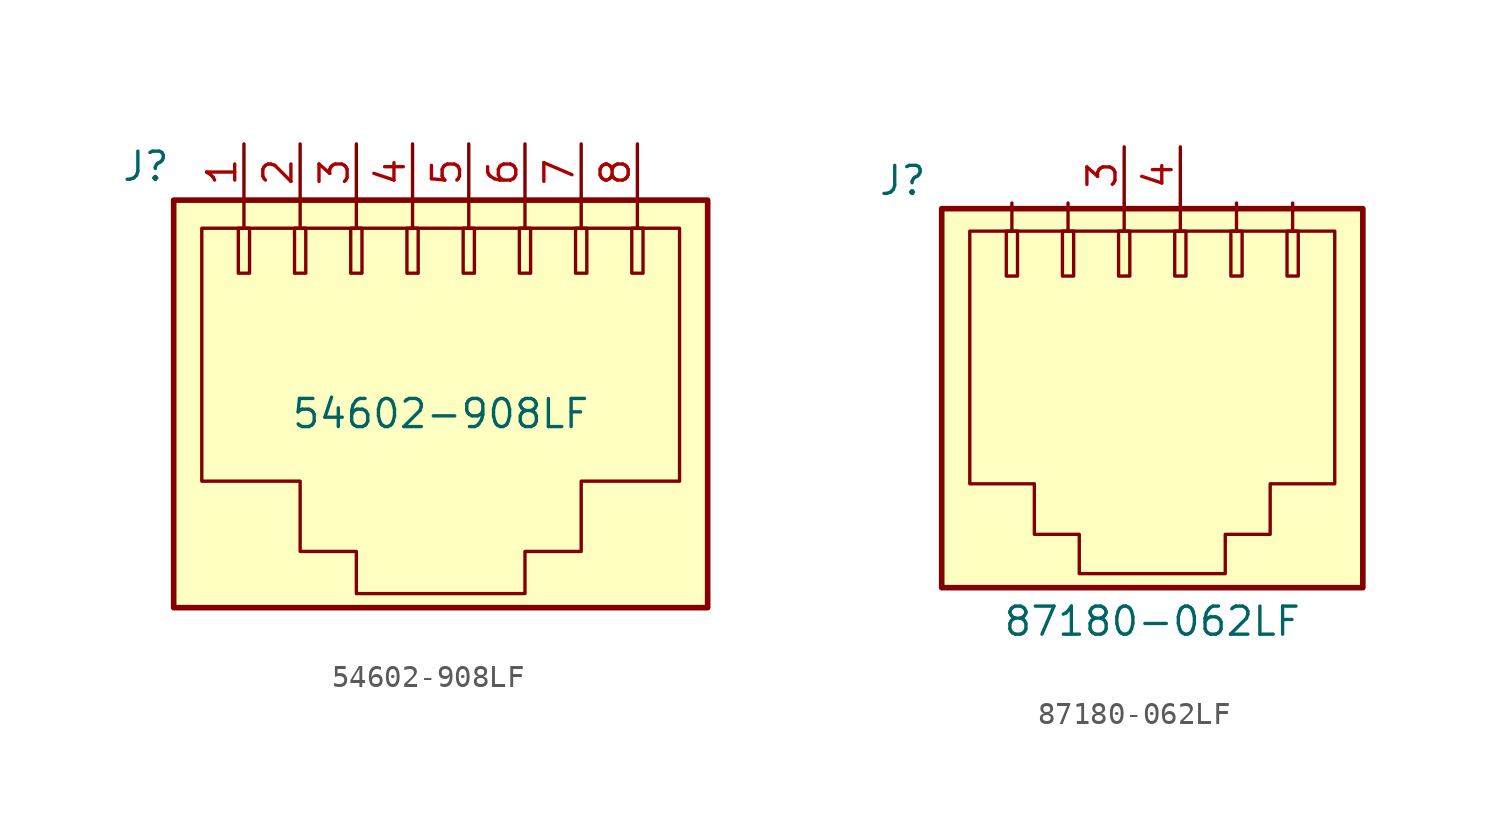
<source format=kicad_sym>
(kicad_symbol_lib
  (version 20220914)
  (generator kicad_symbol_editor)
  (symbol "54602-908LF"
    (pin_names
      (offset 1.016))
    (property "Reference" "J"
      (at -10.922 9.144 0)
      (effects (font (size 1.27 1.27)) (justify right)))
    (property "Value" "54602-908LF"
      (at 1.27 -2.032 0)
      (effects (font (size 1.27 1.27))))
    (symbol "54602-908LF_0_1"
      (rectangle (start -10.795 7.62) (end 13.335 -10.795) (stroke (width 0.254) (type solid)) (fill (type background)))
      (rectangle (start -7.874 6.35) (end -7.366 4.318) (stroke (width 0) (type solid)) (fill (type none)))
      (rectangle (start -5.334 6.35) (end -4.826 4.318) (stroke (width 0) (type solid)) (fill (type none)))
      (rectangle (start -2.794 6.35) (end -2.286 4.318) (stroke (width 0) (type solid)) (fill (type none)))
      (rectangle (start -0.254 6.35) (end 0.254 4.318) (stroke (width 0) (type solid)) (fill (type none)))
      (polyline (pts (xy -7.62 7.62) (xy -7.62 6.35)) (stroke (width 0) (type solid)) (fill (type none)))
      (polyline (pts (xy -5.08 7.62) (xy -5.08 6.35)) (stroke (width 0) (type solid)) (fill (type none)))
      (polyline (pts (xy -2.54 7.62) (xy -2.54 6.35)) (stroke (width 0) (type solid)) (fill (type none)))
      (polyline (pts (xy 0 7.62) (xy 0 6.35)) (stroke (width 0) (type solid)) (fill (type none)))
      (polyline (pts (xy 2.54 7.62) (xy 2.54 6.35)) (stroke (width 0) (type solid)) (fill (type none)))
      (polyline (pts (xy 5.08 7.62) (xy 5.08 6.35)) (stroke (width 0) (type solid)) (fill (type none)))
      (polyline (pts (xy 7.62 7.62) (xy 7.62 6.35)) (stroke (width 0) (type solid)) (fill (type none)))
      (polyline (pts (xy 10.16 7.62) (xy 10.16 6.35)) (stroke (width 0) (type solid)) (fill (type none)))
      (polyline (pts (xy -9.525 6.35) (xy 12.065 6.35) (xy 12.065 -5.08) (xy 7.62 -5.08) (xy 7.62 -8.255) (xy 5.08 -8.255) (xy 5.08 -10.16) (xy -2.54 -10.16) (xy -2.54 -8.255) (xy -5.08 -8.255) (xy -5.08 -5.08) (xy -9.525 -5.08) (xy -9.525 6.35)) (stroke (width 0) (type solid)) (fill (type none)))
      (rectangle (start 2.286 6.35) (end 2.794 4.318) (stroke (width 0) (type solid)) (fill (type none)))
      (rectangle (start 4.826 6.35) (end 5.334 4.318) (stroke (width 0) (type solid)) (fill (type none)))
      (rectangle (start 7.366 6.35) (end 7.874 4.318) (stroke (width 0) (type solid)) (fill (type none)))
      (rectangle (start 9.906 6.35) (end 10.414 4.318) (stroke (width 0) (type solid)) (fill (type none))))
    (symbol "54602-908LF_1_1"
      (pin passive line (at -7.62 10.16 270) (length 2.54) (name "~" (effects (font (size 1.27 1.27)))) (number "1" (effects (font (size 1.27 1.27)))))
      (pin passive line (at -5.08 10.16 270) (length 2.54) (name "~" (effects (font (size 1.27 1.27)))) (number "2" (effects (font (size 1.27 1.27)))))
      (pin passive line (at -2.54 10.16 270) (length 2.54) (name "~" (effects (font (size 1.27 1.27)))) (number "3" (effects (font (size 1.27 1.27)))))
      (pin passive line (at 0 10.16 270) (length 2.54) (name "~" (effects (font (size 1.27 1.27)))) (number "4" (effects (font (size 1.27 1.27)))))
      (pin passive line (at 2.54 10.16 270) (length 2.54) (name "~" (effects (font (size 1.27 1.27)))) (number "5" (effects (font (size 1.27 1.27)))))
      (pin passive line (at 5.08 10.16 270) (length 2.54) (name "~" (effects (font (size 1.27 1.27)))) (number "6" (effects (font (size 1.27 1.27)))))
      (pin passive line (at 7.62 10.16 270) (length 2.54) (name "~" (effects (font (size 1.27 1.27)))) (number "7" (effects (font (size 1.27 1.27)))))
      (pin passive line (at 10.16 10.16 270) (length 2.54) (name "~" (effects (font (size 1.27 1.27)))) (number "8" (effects (font (size 1.27 1.27)))))))
  (symbol "87180-062LF"
    (pin_names
      (offset 1.016))
    (property "Reference" "J"
      (at -11.43 8.636 0)
      (effects (font (size 1.27 1.27)) (justify right)))
    (property "Value" "87180-062LF"
      (at -1.27 -11.303 0)
      (effects (font (size 1.27 1.27))))
    (symbol "87180-062LF_0_1"
      (rectangle (start -10.795 7.366) (end 8.255 -9.779) (stroke (width 0.254) (type solid)) (fill (type background)))
      (rectangle (start -7.874 6.35) (end -7.366 4.318) (stroke (width 0) (type solid)) (fill (type none)))
      (rectangle (start -5.334 6.35) (end -4.826 4.318) (stroke (width 0) (type solid)) (fill (type none)))
      (rectangle (start -2.794 6.35) (end -2.286 4.318) (stroke (width 0) (type solid)) (fill (type none)))
      (rectangle (start -0.254 6.35) (end 0.254 4.318) (stroke (width 0) (type solid)) (fill (type none)))
      (polyline (pts (xy -7.62 7.62) (xy -7.62 6.35)) (stroke (width 0) (type solid)) (fill (type none)))
      (polyline (pts (xy -5.08 7.62) (xy -5.08 6.35)) (stroke (width 0) (type solid)) (fill (type none)))
      (polyline (pts (xy -2.54 7.62) (xy -2.54 6.35)) (stroke (width 0) (type solid)) (fill (type none)))
      (polyline (pts (xy 0 7.62) (xy 0 6.35)) (stroke (width 0) (type solid)) (fill (type none)))
      (polyline (pts (xy 2.54 7.62) (xy 2.54 6.35)) (stroke (width 0) (type solid)) (fill (type none)))
      (polyline (pts (xy 5.08 7.62) (xy 5.08 6.35)) (stroke (width 0) (type solid)) (fill (type none)))
      (polyline (pts (xy -9.525 6.35) (xy 6.985 6.35) (xy 6.985 -5.08) (xy 4.064 -5.08) (xy 4.064 -7.366) (xy 2.032 -7.366) (xy 2.032 -9.144) (xy -4.572 -9.144) (xy -4.572 -7.366) (xy -6.604 -7.366) (xy -6.604 -5.08) (xy -9.525 -5.08) (xy -9.525 6.35)) (stroke (width 0) (type solid)) (fill (type none)))
      (rectangle (start 2.286 6.35) (end 2.794 4.318) (stroke (width 0) (type solid)) (fill (type none)))
      (rectangle (start 4.826 6.35) (end 5.334 4.318) (stroke (width 0) (type solid)) (fill (type none))))
    (symbol "87180-062LF_1_1"
      (pin passive line (at -2.54 10.16 270) (length 2.54) (name "~" (effects (font (size 1.27 1.27)))) (number "3" (effects (font (size 1.27 1.27)))))
      (pin passive line (at 0 10.16 270) (length 2.54) (name "~" (effects (font (size 1.27 1.27)))) (number "4" (effects (font (size 1.27 1.27))))))))
</source>
